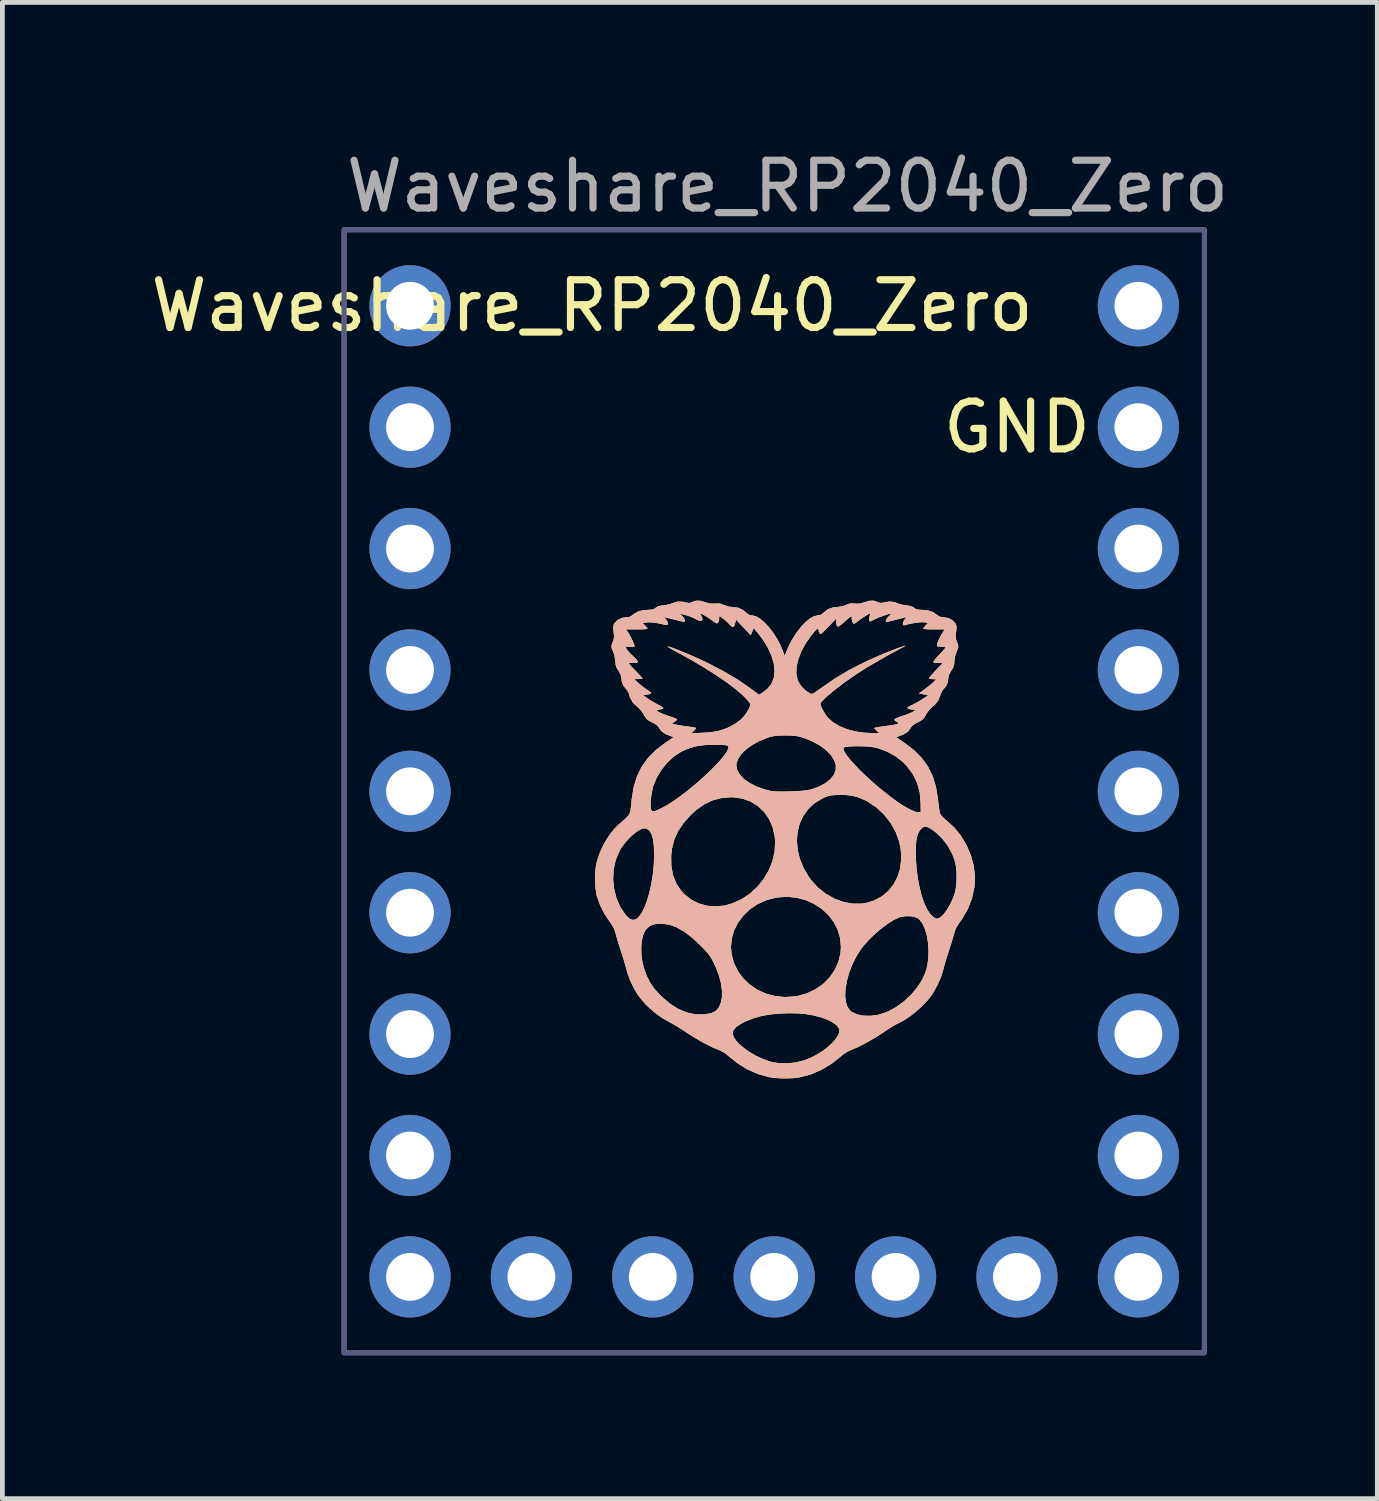
<source format=kicad_pcb>
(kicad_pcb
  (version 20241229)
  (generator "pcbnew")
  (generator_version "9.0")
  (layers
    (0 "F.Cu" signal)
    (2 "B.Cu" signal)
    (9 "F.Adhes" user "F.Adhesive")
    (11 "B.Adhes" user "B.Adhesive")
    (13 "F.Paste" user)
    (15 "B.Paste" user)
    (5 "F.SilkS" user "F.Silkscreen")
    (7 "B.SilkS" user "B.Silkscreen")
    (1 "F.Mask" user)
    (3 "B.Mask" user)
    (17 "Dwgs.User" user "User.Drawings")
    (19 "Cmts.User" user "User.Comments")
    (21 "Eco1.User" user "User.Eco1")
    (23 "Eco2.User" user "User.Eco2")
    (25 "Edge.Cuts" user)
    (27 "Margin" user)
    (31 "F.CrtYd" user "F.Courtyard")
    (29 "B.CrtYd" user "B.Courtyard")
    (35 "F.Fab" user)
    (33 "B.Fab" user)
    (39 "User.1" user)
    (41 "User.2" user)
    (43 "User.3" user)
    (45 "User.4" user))
  (footprint "Waveshare_RP2040_Zero"
    (layer "F.Cu")
    (at 5.529 3.348)
    (property "Reference" "Waveshare_RP2040_Zero" (at 3.81 0 0) (unlocked yes) (layer "F.SilkS") (effects (font (size 1 1) (thickness 0.15))))
    (attr through_hole)
    (fp_poly (pts (xy 9.78 6.197) (xy 9.782 6.198) (xy 9.834 6.217) (xy 9.885 6.215) (xy 9.915 6.207) (xy 10.034 6.187) (xy 10.142 6.202) (xy 10.197 6.223) (xy 10.263 6.246) (xy 10.345 6.263) (xy 10.389 6.269) (xy 10.473 6.281) (xy 10.53 6.306) (xy 10.546 6.319) (xy 10.587 6.347) (xy 10.641 6.359) (xy 10.698 6.362) (xy 10.83 6.373) (xy 10.936 6.406) (xy 11.017 6.46) (xy 11.076 6.501) (xy 11.138 6.517) (xy 11.168 6.518) (xy 11.267 6.535) (xy 11.354 6.583) (xy 11.411 6.644) (xy 11.431 6.688) (xy 11.435 6.743) (xy 11.43 6.797) (xy 11.421 6.874) (xy 11.418 6.925) (xy 11.423 6.966) (xy 11.435 7.008) (xy 11.45 7.046) (xy 11.468 7.098) (xy 11.473 7.135) (xy 11.464 7.175) (xy 11.439 7.231) (xy 11.401 7.35) (xy 11.392 7.436) (xy 11.385 7.512) (xy 11.364 7.574) (xy 11.326 7.635) (xy 11.277 7.726) (xy 11.263 7.795) (xy 11.251 7.889) (xy 11.211 7.968) (xy 11.17 8.015) (xy 11.129 8.069) (xy 11.102 8.13) (xy 11.1 8.14) (xy 11.059 8.25) (xy 10.984 8.347) (xy 10.93 8.392) (xy 10.862 8.457) (xy 10.804 8.542) (xy 10.798 8.553) (xy 10.763 8.614) (xy 10.727 8.655) (xy 10.675 8.69) (xy 10.624 8.716) (xy 10.545 8.76) (xy 10.495 8.804) (xy 10.473 8.838) (xy 10.42 8.908) (xy 10.334 8.966) (xy 10.242 9.003) (xy 10.17 9.025) (xy 10.353 9.15) (xy 10.551 9.302) (xy 10.714 9.468) (xy 10.843 9.65) (xy 10.941 9.852) (xy 11.008 10.077) (xy 11.048 10.327) (xy 11.049 10.338) (xy 11.06 10.435) (xy 11.071 10.523) (xy 11.083 10.591) (xy 11.092 10.627) (xy 11.117 10.666) (xy 11.165 10.717) (xy 11.223 10.767) (xy 11.388 10.916) (xy 11.53 11.092) (xy 11.647 11.288) (xy 11.736 11.497) (xy 11.795 11.714) (xy 11.821 11.934) (xy 11.812 12.15) (xy 11.811 12.159) (xy 11.759 12.4) (xy 11.673 12.624) (xy 11.552 12.831) (xy 11.494 12.91) (xy 11.421 13.027) (xy 11.388 13.125) (xy 11.371 13.188) (xy 11.345 13.277) (xy 11.313 13.381) (xy 11.279 13.487) (xy 11.275 13.499) (xy 11.24 13.608) (xy 11.207 13.717) (xy 11.178 13.815) (xy 11.159 13.889) (xy 11.158 13.894) (xy 11.11 14.046) (xy 11.04 14.207) (xy 10.955 14.363) (xy 10.915 14.425) (xy 10.827 14.538) (xy 10.715 14.655) (xy 10.59 14.768) (xy 10.46 14.87) (xy 10.332 14.955) (xy 10.216 15.015) (xy 10.208 15.018) (xy 10.168 15.038) (xy 10.103 15.076) (xy 10.022 15.127) (xy 9.933 15.185) (xy 9.901 15.207) (xy 9.719 15.323) (xy 9.539 15.426) (xy 9.371 15.512) (xy 9.222 15.575) (xy 9.221 15.575) (xy 9.147 15.61) (xy 9.071 15.66) (xy 9.042 15.684) (xy 8.832 15.853) (xy 8.615 15.985) (xy 8.39 16.082) (xy 8.152 16.145) (xy 8.128 16.149) (xy 8.016 16.162) (xy 7.881 16.167) (xy 7.739 16.165) (xy 7.606 16.155) (xy 7.511 16.14) (xy 7.279 16.075) (xy 7.059 15.979) (xy 6.847 15.847) (xy 6.64 15.679) (xy 6.632 15.672) (xy 6.571 15.627) (xy 6.496 15.587) (xy 6.466 15.574) (xy 6.32 15.513) (xy 6.154 15.429) (xy 5.975 15.327) (xy 5.804 15.218) (xy 6.75 15.218) (xy 6.768 15.29) (xy 6.818 15.37) (xy 6.896 15.454) (xy 6.996 15.538) (xy 7.113 15.62) (xy 7.243 15.694) (xy 7.38 15.758) (xy 7.519 15.809) (xy 7.599 15.83) (xy 7.742 15.849) (xy 7.903 15.85) (xy 8.067 15.832) (xy 8.22 15.797) (xy 8.244 15.79) (xy 8.378 15.737) (xy 8.509 15.67) (xy 8.632 15.593) (xy 8.743 15.509) (xy 8.838 15.422) (xy 8.912 15.336) (xy 8.963 15.255) (xy 8.985 15.182) (xy 8.979 15.131) (xy 8.933 15.062) (xy 8.852 14.998) (xy 8.739 14.94) (xy 8.598 14.889) (xy 8.434 14.848) (xy 8.278 14.821) (xy 8.115 14.807) (xy 7.932 14.803) (xy 7.743 14.81) (xy 7.56 14.827) (xy 7.396 14.853) (xy 7.329 14.868) (xy 7.165 14.917) (xy 7.024 14.973) (xy 6.908 15.033) (xy 6.822 15.095) (xy 6.768 15.158) (xy 6.75 15.218) (xy 5.804 15.218) (xy 5.791 15.21) (xy 5.79 15.209) (xy 5.693 15.146) (xy 5.598 15.087) (xy 5.513 15.036) (xy 5.449 15) (xy 5.436 14.994) (xy 5.264 14.896) (xy 5.094 14.77) (xy 4.936 14.624) (xy 4.803 14.468) (xy 4.764 14.414) (xy 4.68 14.272) (xy 4.605 14.116) (xy 4.549 13.964) (xy 4.53 13.894) (xy 4.511 13.822) (xy 4.483 13.725) (xy 4.45 13.616) (xy 4.415 13.507) (xy 4.412 13.499) (xy 4.386 13.419) (xy 4.839 13.419) (xy 4.842 13.565) (xy 4.86 13.712) (xy 4.894 13.853) (xy 4.894 13.855) (xy 4.952 14.017) (xy 5.019 14.153) (xy 5.103 14.277) (xy 5.212 14.401) (xy 5.252 14.441) (xy 5.427 14.593) (xy 5.607 14.709) (xy 5.789 14.786) (xy 5.973 14.826) (xy 6.158 14.827) (xy 6.303 14.801) (xy 6.391 14.759) (xy 6.457 14.688) (xy 6.502 14.591) (xy 6.526 14.472) (xy 6.527 14.334) (xy 6.507 14.181) (xy 6.464 14.016) (xy 6.399 13.844) (xy 6.364 13.767) (xy 6.325 13.69) (xy 6.288 13.627) (xy 6.246 13.569) (xy 6.194 13.507) (xy 6.124 13.433) (xy 6.109 13.418) (xy 6.716 13.418) (xy 6.729 13.565) (xy 6.78 13.754) (xy 6.863 13.925) (xy 6.975 14.076) (xy 7.112 14.206) (xy 7.271 14.312) (xy 7.448 14.392) (xy 7.64 14.443) (xy 7.842 14.464) (xy 8.051 14.451) (xy 8.111 14.441) (xy 8.118 14.439) (xy 9.106 14.439) (xy 9.122 14.57) (xy 9.147 14.649) (xy 9.181 14.71) (xy 9.221 14.759) (xy 9.238 14.773) (xy 9.348 14.824) (xy 9.482 14.853) (xy 9.632 14.857) (xy 9.789 14.837) (xy 9.815 14.831) (xy 9.991 14.771) (xy 10.165 14.678) (xy 10.332 14.558) (xy 10.484 14.416) (xy 10.617 14.258) (xy 10.723 14.089) (xy 10.787 13.942) (xy 10.825 13.802) (xy 10.845 13.65) (xy 10.85 13.492) (xy 10.839 13.335) (xy 10.815 13.185) (xy 10.778 13.051) (xy 10.728 12.937) (xy 10.667 12.851) (xy 10.633 12.821) (xy 10.565 12.791) (xy 10.475 12.774) (xy 10.374 12.773) (xy 10.277 12.786) (xy 10.231 12.8) (xy 10.119 12.854) (xy 9.992 12.934) (xy 9.858 13.034) (xy 9.725 13.148) (xy 9.6 13.27) (xy 9.49 13.393) (xy 9.433 13.467) (xy 9.337 13.62) (xy 9.255 13.785) (xy 9.189 13.956) (xy 9.142 14.126) (xy 9.114 14.289) (xy 9.106 14.439) (xy 8.118 14.439) (xy 8.307 14.386) (xy 8.485 14.301) (xy 8.644 14.19) (xy 8.778 14.055) (xy 8.885 13.901) (xy 8.962 13.731) (xy 9.007 13.549) (xy 9.016 13.415) (xy 8.998 13.227) (xy 8.945 13.05) (xy 8.861 12.888) (xy 8.749 12.744) (xy 8.614 12.619) (xy 8.457 12.516) (xy 8.284 12.438) (xy 8.096 12.388) (xy 7.898 12.367) (xy 7.694 12.38) (xy 7.648 12.387) (xy 7.452 12.44) (xy 7.273 12.521) (xy 7.114 12.628) (xy 6.978 12.757) (xy 6.867 12.904) (xy 6.785 13.065) (xy 6.733 13.238) (xy 6.716 13.418) (xy 6.109 13.418) (xy 6.057 13.366) (xy 5.886 13.209) (xy 5.725 13.089) (xy 5.569 13.002) (xy 5.418 12.95) (xy 5.268 12.929) (xy 5.195 12.93) (xy 5.092 12.946) (xy 5.013 12.981) (xy 4.948 13.042) (xy 4.919 13.081) (xy 4.878 13.169) (xy 4.851 13.285) (xy 4.839 13.419) (xy 4.386 13.419) (xy 4.378 13.393) (xy 4.346 13.29) (xy 4.319 13.199) (xy 4.302 13.134) (xy 4.3 13.128) (xy 4.27 13.036) (xy 4.217 12.943) (xy 4.174 12.882) (xy 4.065 12.718) (xy 3.976 12.54) (xy 3.913 12.364) (xy 3.904 12.33) (xy 3.883 12.206) (xy 3.873 12.059) (xy 3.873 12.006) (xy 4.251 12.006) (xy 4.272 12.206) (xy 4.322 12.399) (xy 4.4 12.579) (xy 4.506 12.737) (xy 4.527 12.761) (xy 4.597 12.825) (xy 4.663 12.85) (xy 4.726 12.838) (xy 4.781 12.795) (xy 4.846 12.706) (xy 4.908 12.584) (xy 4.963 12.435) (xy 5.012 12.264) (xy 5.052 12.077) (xy 5.083 11.88) (xy 5.102 11.679) (xy 5.107 11.514) (xy 5.465 11.514) (xy 5.469 11.727) (xy 5.505 11.919) (xy 5.574 12.091) (xy 5.677 12.243) (xy 5.733 12.304) (xy 5.876 12.42) (xy 6.037 12.504) (xy 6.212 12.553) (xy 6.397 12.568) (xy 6.588 12.548) (xy 6.736 12.507) (xy 6.931 12.42) (xy 7.109 12.303) (xy 7.265 12.16) (xy 7.398 11.995) (xy 7.505 11.814) (xy 7.583 11.621) (xy 7.629 11.419) (xy 7.64 11.213) (xy 7.638 11.195) (xy 8.096 11.195) (xy 8.112 11.384) (xy 8.158 11.575) (xy 8.236 11.764) (xy 8.344 11.948) (xy 8.399 12.023) (xy 8.54 12.176) (xy 8.701 12.303) (xy 8.876 12.402) (xy 9.061 12.471) (xy 9.25 12.508) (xy 9.437 12.51) (xy 9.547 12.495) (xy 9.724 12.439) (xy 9.879 12.353) (xy 10.012 12.24) (xy 10.12 12.103) (xy 10.202 11.946) (xy 10.255 11.771) (xy 10.278 11.584) (xy 10.274 11.487) (xy 10.583 11.487) (xy 10.585 11.559) (xy 10.6 11.774) (xy 10.626 11.982) (xy 10.664 12.177) (xy 10.71 12.356) (xy 10.765 12.511) (xy 10.826 12.639) (xy 10.892 12.734) (xy 10.901 12.743) (xy 10.964 12.801) (xy 11.017 12.825) (xy 11.067 12.816) (xy 11.125 12.773) (xy 11.16 12.738) (xy 11.233 12.642) (xy 11.304 12.521) (xy 11.364 12.389) (xy 11.408 12.258) (xy 11.409 12.253) (xy 11.427 12.147) (xy 11.436 12.018) (xy 11.436 11.882) (xy 11.427 11.753) (xy 11.409 11.646) (xy 11.409 11.646) (xy 11.347 11.472) (xy 11.254 11.303) (xy 11.136 11.149) (xy 11 11.018) (xy 10.913 10.954) (xy 10.839 10.913) (xy 10.784 10.898) (xy 10.737 10.91) (xy 10.691 10.949) (xy 10.647 11.009) (xy 10.615 11.089) (xy 10.594 11.192) (xy 10.584 11.323) (xy 10.583 11.487) (xy 10.274 11.487) (xy 10.269 11.386) (xy 10.237 11.218) (xy 10.164 11.014) (xy 10.056 10.822) (xy 9.92 10.648) (xy 9.758 10.497) (xy 9.576 10.375) (xy 9.532 10.352) (xy 9.385 10.288) (xy 9.243 10.25) (xy 9.09 10.234) (xy 8.963 10.235) (xy 8.867 10.24) (xy 8.796 10.248) (xy 8.738 10.263) (xy 8.677 10.287) (xy 8.616 10.316) (xy 8.458 10.414) (xy 8.329 10.536) (xy 8.227 10.679) (xy 8.154 10.839) (xy 8.11 11.012) (xy 8.096 11.195) (xy 7.638 11.195) (xy 7.63 11.099) (xy 7.586 10.908) (xy 7.511 10.737) (xy 7.408 10.59) (xy 7.28 10.469) (xy 7.129 10.376) (xy 6.96 10.314) (xy 6.773 10.286) (xy 6.721 10.284) (xy 6.52 10.3) (xy 6.333 10.348) (xy 6.157 10.432) (xy 5.988 10.552) (xy 5.87 10.66) (xy 5.722 10.826) (xy 5.609 10.994) (xy 5.531 11.169) (xy 5.483 11.356) (xy 5.465 11.514) (xy 5.107 11.514) (xy 5.108 11.487) (xy 5.102 11.307) (xy 5.084 11.163) (xy 5.053 11.055) (xy 5.01 10.982) (xy 4.953 10.942) (xy 4.905 10.934) (xy 4.839 10.95) (xy 4.76 10.994) (xy 4.673 11.061) (xy 4.584 11.144) (xy 4.5 11.238) (xy 4.425 11.338) (xy 4.373 11.428) (xy 4.301 11.61) (xy 4.26 11.805) (xy 4.251 12.006) (xy 3.873 12.006) (xy 3.873 11.906) (xy 3.884 11.762) (xy 3.903 11.652) (xy 3.964 11.461) (xy 4.049 11.273) (xy 4.155 11.098) (xy 4.274 10.945) (xy 4.369 10.851) (xy 4.455 10.777) (xy 4.518 10.721) (xy 4.562 10.676) (xy 4.59 10.632) (xy 4.608 10.582) (xy 4.619 10.516) (xy 4.626 10.459) (xy 5.034 10.459) (xy 5.039 10.522) (xy 5.049 10.552) (xy 5.07 10.572) (xy 5.094 10.579) (xy 5.13 10.572) (xy 5.185 10.549) (xy 5.265 10.51) (xy 5.277 10.504) (xy 5.392 10.44) (xy 5.516 10.36) (xy 5.648 10.267) (xy 5.783 10.165) (xy 5.919 10.054) (xy 6.053 9.94) (xy 6.181 9.825) (xy 6.3 9.711) (xy 6.394 9.615) (xy 6.828 9.615) (xy 6.847 9.714) (xy 6.901 9.81) (xy 6.988 9.901) (xy 7.105 9.984) (xy 7.246 10.056) (xy 7.411 10.116) (xy 7.552 10.152) (xy 7.62 10.16) (xy 7.717 10.164) (xy 7.834 10.165) (xy 7.961 10.162) (xy 8.088 10.157) (xy 8.205 10.148) (xy 8.304 10.137) (xy 8.374 10.124) (xy 8.378 10.123) (xy 8.543 10.066) (xy 8.681 9.995) (xy 8.789 9.913) (xy 8.865 9.821) (xy 8.906 9.723) (xy 8.91 9.619) (xy 8.91 9.616) (xy 8.874 9.506) (xy 8.804 9.398) (xy 8.702 9.294) (xy 8.679 9.277) (xy 9.069 9.277) (xy 9.09 9.332) (xy 9.137 9.404) (xy 9.206 9.491) (xy 9.294 9.591) (xy 9.399 9.701) (xy 9.517 9.816) (xy 9.647 9.936) (xy 9.784 10.056) (xy 9.927 10.173) (xy 10.072 10.286) (xy 10.192 10.374) (xy 10.298 10.445) (xy 10.401 10.506) (xy 10.495 10.554) (xy 10.573 10.586) (xy 10.628 10.598) (xy 10.636 10.598) (xy 10.686 10.592) (xy 10.684 10.396) (xy 10.664 10.179) (xy 10.608 9.978) (xy 10.516 9.793) (xy 10.389 9.625) (xy 10.312 9.546) (xy 10.159 9.427) (xy 9.982 9.329) (xy 9.792 9.259) (xy 9.729 9.243) (xy 9.657 9.231) (xy 9.566 9.223) (xy 9.464 9.218) (xy 9.359 9.217) (xy 9.26 9.218) (xy 9.174 9.224) (xy 9.11 9.232) (xy 9.077 9.243) (xy 9.076 9.244) (xy 9.069 9.277) (xy 8.679 9.277) (xy 8.572 9.199) (xy 8.419 9.115) (xy 8.246 9.046) (xy 8.214 9.035) (xy 8.136 9.013) (xy 8.061 9) (xy 7.978 8.993) (xy 7.871 8.991) (xy 7.844 8.991) (xy 7.736 8.993) (xy 7.653 8.998) (xy 7.584 9.01) (xy 7.513 9.029) (xy 7.463 9.046) (xy 7.303 9.111) (xy 7.16 9.19) (xy 7.037 9.278) (xy 6.939 9.373) (xy 6.87 9.47) (xy 6.833 9.567) (xy 6.828 9.615) (xy 6.394 9.615) (xy 6.408 9.601) (xy 6.501 9.499) (xy 6.576 9.407) (xy 6.63 9.328) (xy 6.66 9.266) (xy 6.663 9.222) (xy 6.656 9.21) (xy 6.629 9.199) (xy 6.573 9.192) (xy 6.483 9.187) (xy 6.363 9.186) (xy 6.176 9.192) (xy 6.015 9.212) (xy 5.87 9.249) (xy 5.73 9.305) (xy 5.666 9.337) (xy 5.519 9.433) (xy 5.382 9.56) (xy 5.261 9.71) (xy 5.163 9.873) (xy 5.093 10.043) (xy 5.081 10.085) (xy 5.061 10.179) (xy 5.046 10.279) (xy 5.037 10.375) (xy 5.034 10.459) (xy 4.626 10.459) (xy 4.629 10.428) (xy 4.638 10.328) (xy 4.678 10.077) (xy 4.746 9.853) (xy 4.844 9.651) (xy 4.973 9.468) (xy 5.136 9.302) (xy 5.334 9.15) (xy 5.518 9.025) (xy 5.445 9.003) (xy 5.337 8.957) (xy 5.256 8.897) (xy 5.214 8.838) (xy 5.181 8.791) (xy 5.124 8.748) (xy 5.063 8.716) (xy 4.993 8.679) (xy 4.948 8.643) (xy 4.913 8.597) (xy 4.89 8.553) (xy 4.834 8.467) (xy 4.766 8.398) (xy 4.757 8.392) (xy 4.664 8.304) (xy 4.604 8.2) (xy 4.588 8.14) (xy 4.565 8.081) (xy 4.525 8.023) (xy 4.517 8.015) (xy 4.457 7.938) (xy 4.429 7.855) (xy 4.424 7.795) (xy 4.406 7.715) (xy 4.361 7.635) (xy 4.32 7.568) (xy 4.301 7.506) (xy 4.295 7.436) (xy 4.277 7.313) (xy 4.248 7.231) (xy 4.223 7.174) (xy 4.214 7.134) (xy 4.215 7.13) (xy 4.505 7.13) (xy 4.532 7.183) (xy 4.561 7.222) (xy 4.609 7.275) (xy 4.668 7.331) (xy 4.673 7.336) (xy 4.735 7.396) (xy 4.764 7.438) (xy 4.758 7.464) (xy 4.718 7.474) (xy 4.661 7.472) (xy 4.611 7.471) (xy 4.583 7.478) (xy 4.581 7.482) (xy 4.594 7.502) (xy 4.629 7.543) (xy 4.681 7.598) (xy 4.728 7.646) (xy 4.787 7.707) (xy 4.833 7.757) (xy 4.861 7.791) (xy 4.867 7.802) (xy 4.844 7.807) (xy 4.796 7.81) (xy 4.773 7.811) (xy 4.688 7.812) (xy 4.795 7.906) (xy 4.86 7.961) (xy 4.927 8.012) (xy 4.975 8.045) (xy 5.02 8.075) (xy 5.046 8.098) (xy 5.049 8.103) (xy 5.032 8.118) (xy 4.99 8.131) (xy 4.935 8.138) (xy 4.913 8.139) (xy 4.889 8.142) (xy 4.889 8.152) (xy 4.916 8.176) (xy 4.959 8.207) (xy 5.028 8.252) (xy 5.112 8.302) (xy 5.178 8.339) (xy 5.239 8.372) (xy 5.284 8.4) (xy 5.303 8.417) (xy 5.304 8.418) (xy 5.292 8.43) (xy 5.254 8.442) (xy 5.184 8.456) (xy 5.177 8.457) (xy 5.165 8.468) (xy 5.186 8.488) (xy 5.235 8.514) (xy 5.309 8.546) (xy 5.403 8.58) (xy 5.431 8.589) (xy 5.5 8.612) (xy 5.554 8.633) (xy 5.584 8.648) (xy 5.585 8.649) (xy 5.581 8.668) (xy 5.551 8.695) (xy 5.54 8.702) (xy 5.478 8.74) (xy 5.562 8.762) (xy 5.622 8.775) (xy 5.705 8.789) (xy 5.794 8.801) (xy 5.808 8.802) (xy 5.884 8.812) (xy 5.945 8.822) (xy 5.98 8.831) (xy 5.984 8.833) (xy 5.979 8.853) (xy 5.951 8.885) (xy 5.939 8.896) (xy 5.881 8.946) (xy 6.115 8.935) (xy 6.221 8.928) (xy 6.325 8.917) (xy 6.415 8.904) (xy 6.466 8.893) (xy 6.64 8.833) (xy 6.795 8.753) (xy 6.921 8.659) (xy 6.927 8.654) (xy 6.992 8.583) (xy 7.05 8.504) (xy 7.094 8.427) (xy 7.118 8.362) (xy 7.121 8.34) (xy 7.106 8.309) (xy 7.066 8.258) (xy 7.006 8.194) (xy 6.93 8.122) (xy 6.843 8.046) (xy 6.798 8.009) (xy 6.665 7.908) (xy 6.503 7.795) (xy 6.32 7.674) (xy 6.124 7.552) (xy 5.92 7.431) (xy 5.718 7.318) (xy 5.62 7.265) (xy 5.534 7.219) (xy 5.463 7.179) (xy 5.413 7.149) (xy 5.389 7.132) (xy 5.388 7.13) (xy 5.412 7.131) (xy 5.465 7.147) (xy 5.544 7.176) (xy 5.642 7.214) (xy 5.755 7.261) (xy 5.878 7.313) (xy 6.005 7.369) (xy 6.131 7.427) (xy 6.251 7.485) (xy 6.251 7.485) (xy 6.571 7.652) (xy 6.859 7.823) (xy 7.119 8.002) (xy 7.171 8.04) (xy 7.301 8.139) (xy 7.359 8.105) (xy 7.478 8.016) (xy 7.563 7.908) (xy 7.613 7.782) (xy 7.623 7.694) (xy 8.084 7.694) (xy 8.109 7.822) (xy 8.133 7.877) (xy 8.194 7.967) (xy 8.276 8.049) (xy 8.36 8.105) (xy 8.385 8.117) (xy 8.408 8.12) (xy 8.436 8.112) (xy 8.475 8.089) (xy 8.533 8.048) (xy 8.6 7.999) (xy 8.894 7.797) (xy 9.212 7.609) (xy 9.559 7.433) (xy 9.939 7.267) (xy 10.213 7.161) (xy 10.282 7.137) (xy 10.334 7.12) (xy 10.362 7.113) (xy 10.364 7.114) (xy 10.348 7.127) (xy 10.306 7.151) (xy 10.246 7.182) (xy 10.242 7.184) (xy 10.134 7.241) (xy 10.003 7.312) (xy 9.859 7.394) (xy 9.71 7.48) (xy 9.567 7.565) (xy 9.465 7.628) (xy 9.342 7.708) (xy 9.215 7.794) (xy 9.089 7.884) (xy 8.968 7.975) (xy 8.857 8.062) (xy 8.76 8.143) (xy 8.68 8.214) (xy 8.622 8.272) (xy 8.591 8.313) (xy 8.586 8.328) (xy 8.596 8.368) (xy 8.623 8.429) (xy 8.661 8.498) (xy 8.703 8.565) (xy 8.736 8.609) (xy 8.843 8.709) (xy 8.981 8.793) (xy 9.144 8.86) (xy 9.327 8.908) (xy 9.523 8.934) (xy 9.635 8.939) (xy 9.815 8.941) (xy 9.762 8.888) (xy 9.71 8.835) (xy 9.768 8.821) (xy 9.815 8.812) (xy 9.887 8.801) (xy 9.971 8.79) (xy 9.998 8.787) (xy 10.079 8.775) (xy 10.148 8.763) (xy 10.194 8.751) (xy 10.203 8.748) (xy 10.222 8.733) (xy 10.211 8.719) (xy 10.183 8.705) (xy 10.145 8.681) (xy 10.13 8.659) (xy 10.147 8.644) (xy 10.194 8.622) (xy 10.261 8.597) (xy 10.301 8.584) (xy 10.385 8.555) (xy 10.461 8.525) (xy 10.517 8.499) (xy 10.53 8.491) (xy 10.589 8.452) (xy 10.54 8.452) (xy 10.482 8.447) (xy 10.433 8.435) (xy 10.405 8.419) (xy 10.403 8.414) (xy 10.419 8.399) (xy 10.461 8.375) (xy 10.505 8.353) (xy 10.577 8.316) (xy 10.661 8.269) (xy 10.725 8.229) (xy 10.843 8.152) (xy 10.746 8.131) (xy 10.648 8.11) (xy 10.775 8.019) (xy 10.844 7.968) (xy 10.907 7.916) (xy 10.952 7.875) (xy 10.955 7.872) (xy 11.009 7.815) (xy 10.939 7.813) (xy 10.89 7.809) (xy 10.859 7.801) (xy 10.858 7.8) (xy 10.866 7.782) (xy 10.896 7.743) (xy 10.945 7.688) (xy 10.996 7.634) (xy 11.056 7.571) (xy 11.105 7.519) (xy 11.136 7.484) (xy 11.146 7.472) (xy 11.128 7.469) (xy 11.085 7.47) (xy 11.067 7.472) (xy 11 7.476) (xy 10.961 7.47) (xy 10.952 7.45) (xy 10.972 7.414) (xy 11.021 7.357) (xy 11.065 7.311) (xy 11.123 7.249) (xy 11.169 7.197) (xy 11.198 7.162) (xy 11.204 7.15) (xy 11.187 7.14) (xy 11.142 7.134) (xy 11.111 7.133) (xy 11.056 7.131) (xy 11.029 7.123) (xy 11.024 7.104) (xy 11.025 7.094) (xy 11.042 7.039) (xy 11.074 6.965) (xy 11.114 6.888) (xy 11.146 6.835) (xy 11.189 6.772) (xy 10.962 6.772) (xy 10.873 6.771) (xy 10.801 6.768) (xy 10.752 6.763) (xy 10.735 6.758) (xy 10.748 6.737) (xy 10.778 6.7) (xy 10.787 6.691) (xy 10.838 6.638) (xy 10.765 6.624) (xy 10.711 6.622) (xy 10.632 6.628) (xy 10.542 6.64) (xy 10.454 6.657) (xy 10.381 6.676) (xy 10.359 6.684) (xy 10.326 6.685) (xy 10.312 6.661) (xy 10.318 6.619) (xy 10.343 6.574) (xy 10.386 6.517) (xy 10.331 6.529) (xy 10.285 6.54) (xy 10.216 6.557) (xy 10.138 6.577) (xy 10.134 6.578) (xy 10.063 6.596) (xy 10.006 6.61) (xy 9.975 6.616) (xy 9.973 6.616) (xy 9.954 6.603) (xy 9.959 6.572) (xy 9.986 6.529) (xy 10.017 6.497) (xy 10.052 6.463) (xy 10.068 6.442) (xy 10.068 6.44) (xy 10.03 6.447) (xy 9.968 6.465) (xy 9.892 6.491) (xy 9.815 6.52) (xy 9.748 6.548) (xy 9.704 6.569) (xy 9.654 6.597) (xy 9.627 6.605) (xy 9.613 6.595) (xy 9.608 6.584) (xy 9.606 6.543) (xy 9.617 6.495) (xy 9.627 6.457) (xy 9.624 6.44) (xy 9.624 6.44) (xy 9.599 6.45) (xy 9.552 6.477) (xy 9.493 6.514) (xy 9.432 6.555) (xy 9.38 6.593) (xy 9.361 6.608) (xy 9.321 6.639) (xy 9.294 6.654) (xy 9.291 6.655) (xy 9.271 6.638) (xy 9.252 6.6) (xy 9.241 6.556) (xy 9.243 6.528) (xy 9.246 6.501) (xy 9.225 6.504) (xy 9.179 6.535) (xy 9.11 6.595) (xy 9.088 6.615) (xy 9.018 6.676) (xy 8.97 6.707) (xy 8.939 6.708) (xy 8.923 6.678) (xy 8.918 6.619) (xy 8.918 6.617) (xy 8.917 6.547) (xy 8.752 6.718) (xy 8.683 6.79) (xy 8.635 6.836) (xy 8.604 6.861) (xy 8.584 6.867) (xy 8.572 6.859) (xy 8.567 6.851) (xy 8.551 6.807) (xy 8.547 6.783) (xy 8.542 6.758) (xy 8.525 6.758) (xy 8.494 6.784) (xy 8.446 6.839) (xy 8.398 6.897) (xy 8.281 7.063) (xy 8.189 7.23) (xy 8.126 7.394) (xy 8.09 7.549) (xy 8.084 7.694) (xy 7.623 7.694) (xy 7.628 7.65) (xy 7.612 7.49) (xy 7.562 7.319) (xy 7.482 7.145) (xy 7.375 6.974) (xy 7.302 6.879) (xy 7.192 6.745) (xy 7.161 6.819) (xy 7.13 6.893) (xy 6.821 6.567) (xy 6.807 6.632) (xy 6.787 6.696) (xy 6.763 6.723) (xy 6.731 6.713) (xy 6.696 6.679) (xy 6.653 6.634) (xy 6.6 6.586) (xy 6.547 6.543) (xy 6.502 6.511) (xy 6.476 6.498) (xy 6.468 6.515) (xy 6.47 6.542) (xy 6.465 6.593) (xy 6.451 6.623) (xy 6.434 6.642) (xy 6.416 6.645) (xy 6.387 6.631) (xy 6.338 6.597) (xy 6.318 6.582) (xy 6.248 6.532) (xy 6.179 6.489) (xy 6.121 6.456) (xy 6.083 6.441) (xy 6.077 6.44) (xy 6.079 6.454) (xy 6.097 6.49) (xy 6.1 6.496) (xy 6.12 6.541) (xy 6.116 6.571) (xy 6.108 6.582) (xy 6.09 6.596) (xy 6.065 6.595) (xy 6.022 6.577) (xy 5.982 6.556) (xy 5.901 6.519) (xy 5.81 6.485) (xy 5.765 6.472) (xy 5.65 6.442) (xy 5.702 6.496) (xy 5.736 6.54) (xy 5.753 6.58) (xy 5.753 6.585) (xy 5.752 6.601) (xy 5.745 6.61) (xy 5.725 6.612) (xy 5.685 6.605) (xy 5.619 6.589) (xy 5.548 6.571) (xy 5.474 6.552) (xy 5.407 6.536) (xy 5.372 6.528) (xy 5.313 6.515) (xy 5.359 6.563) (xy 5.385 6.604) (xy 5.396 6.645) (xy 5.39 6.674) (xy 5.371 6.681) (xy 5.344 6.676) (xy 5.29 6.665) (xy 5.218 6.65) (xy 5.196 6.645) (xy 5.088 6.628) (xy 4.996 6.623) (xy 4.955 6.626) (xy 4.869 6.638) (xy 4.92 6.691) (xy 4.954 6.729) (xy 4.971 6.755) (xy 4.971 6.758) (xy 4.953 6.764) (xy 4.904 6.768) (xy 4.83 6.771) (xy 4.745 6.772) (xy 4.519 6.772) (xy 4.56 6.829) (xy 4.592 6.881) (xy 4.628 6.947) (xy 4.661 7.017) (xy 4.686 7.077) (xy 4.698 7.118) (xy 4.698 7.121) (xy 4.688 7.137) (xy 4.653 7.142) (xy 4.601 7.139) (xy 4.505 7.13) (xy 4.215 7.13) (xy 4.219 7.097) (xy 4.238 7.046) (xy 4.257 6.994) (xy 4.267 6.954) (xy 4.269 6.912) (xy 4.264 6.854) (xy 4.257 6.797) (xy 4.252 6.724) (xy 4.261 6.674) (xy 4.276 6.644) (xy 4.344 6.575) (xy 4.433 6.531) (xy 4.52 6.518) (xy 4.59 6.51) (xy 4.647 6.479) (xy 4.67 6.46) (xy 4.758 6.403) (xy 4.866 6.371) (xy 4.99 6.362) (xy 5.063 6.357) (xy 5.112 6.341) (xy 5.141 6.319) (xy 5.19 6.289) (xy 5.264 6.272) (xy 5.299 6.269) (xy 5.378 6.257) (xy 5.456 6.236) (xy 5.491 6.223) (xy 5.598 6.19) (xy 5.711 6.193) (xy 5.772 6.207) (xy 5.831 6.219) (xy 5.879 6.21) (xy 5.905 6.198) (xy 5.985 6.171) (xy 6.073 6.172) (xy 6.177 6.203) (xy 6.18 6.204) (xy 6.27 6.23) (xy 6.363 6.233) (xy 6.382 6.231) (xy 6.46 6.228) (xy 6.522 6.241) (xy 6.569 6.262) (xy 6.673 6.296) (xy 6.751 6.303) (xy 6.871 6.319) (xy 6.973 6.368) (xy 7.034 6.421) (xy 7.088 6.464) (xy 7.148 6.479) (xy 7.161 6.479) (xy 7.237 6.496) (xy 7.322 6.546) (xy 7.414 6.622) (xy 7.506 6.72) (xy 7.596 6.836) (xy 7.679 6.964) (xy 7.751 7.1) (xy 7.797 7.211) (xy 7.841 7.329) (xy 7.865 7.26) (xy 7.927 7.114) (xy 8.002 6.972) (xy 8.087 6.84) (xy 8.179 6.721) (xy 8.273 6.621) (xy 8.365 6.545) (xy 8.452 6.496) (xy 8.528 6.479) (xy 8.591 6.468) (xy 8.646 6.429) (xy 8.654 6.421) (xy 8.746 6.348) (xy 8.854 6.31) (xy 8.937 6.303) (xy 9.049 6.288) (xy 9.118 6.262) (xy 9.182 6.236) (xy 9.246 6.228) (xy 9.305 6.231) (xy 9.401 6.232) (xy 9.49 6.211) (xy 9.507 6.204) (xy 9.612 6.173) (xy 9.7 6.17)) (stroke (width 0) (type solid)) (fill yes) (layer "F.SilkS"))
    (fp_poly (pts (xy 9.78 6.197) (xy 9.782 6.198) (xy 9.834 6.217) (xy 9.885 6.215) (xy 9.915 6.207) (xy 10.034 6.187) (xy 10.142 6.202) (xy 10.197 6.223) (xy 10.263 6.246) (xy 10.345 6.263) (xy 10.389 6.269) (xy 10.473 6.281) (xy 10.53 6.306) (xy 10.546 6.319) (xy 10.587 6.347) (xy 10.641 6.359) (xy 10.698 6.362) (xy 10.83 6.373) (xy 10.936 6.406) (xy 11.017 6.46) (xy 11.076 6.501) (xy 11.138 6.517) (xy 11.168 6.518) (xy 11.267 6.535) (xy 11.354 6.583) (xy 11.411 6.644) (xy 11.431 6.688) (xy 11.435 6.743) (xy 11.43 6.797) (xy 11.421 6.874) (xy 11.418 6.925) (xy 11.423 6.966) (xy 11.435 7.008) (xy 11.45 7.046) (xy 11.468 7.098) (xy 11.473 7.135) (xy 11.464 7.175) (xy 11.439 7.231) (xy 11.401 7.35) (xy 11.392 7.436) (xy 11.385 7.512) (xy 11.364 7.574) (xy 11.326 7.635) (xy 11.277 7.726) (xy 11.263 7.795) (xy 11.251 7.889) (xy 11.211 7.968) (xy 11.17 8.015) (xy 11.129 8.069) (xy 11.102 8.13) (xy 11.1 8.14) (xy 11.059 8.25) (xy 10.984 8.347) (xy 10.93 8.392) (xy 10.862 8.457) (xy 10.804 8.542) (xy 10.798 8.553) (xy 10.763 8.614) (xy 10.727 8.655) (xy 10.675 8.69) (xy 10.624 8.716) (xy 10.545 8.76) (xy 10.495 8.804) (xy 10.473 8.838) (xy 10.42 8.908) (xy 10.334 8.966) (xy 10.242 9.003) (xy 10.17 9.025) (xy 10.353 9.15) (xy 10.551 9.302) (xy 10.714 9.468) (xy 10.843 9.65) (xy 10.941 9.852) (xy 11.008 10.077) (xy 11.048 10.327) (xy 11.049 10.338) (xy 11.06 10.435) (xy 11.071 10.523) (xy 11.083 10.591) (xy 11.092 10.627) (xy 11.117 10.666) (xy 11.165 10.717) (xy 11.223 10.767) (xy 11.388 10.916) (xy 11.53 11.092) (xy 11.647 11.288) (xy 11.736 11.497) (xy 11.795 11.714) (xy 11.821 11.934) (xy 11.812 12.15) (xy 11.811 12.159) (xy 11.759 12.4) (xy 11.673 12.624) (xy 11.552 12.831) (xy 11.494 12.91) (xy 11.421 13.027) (xy 11.388 13.125) (xy 11.371 13.188) (xy 11.345 13.277) (xy 11.313 13.381) (xy 11.279 13.487) (xy 11.275 13.499) (xy 11.24 13.608) (xy 11.207 13.717) (xy 11.178 13.815) (xy 11.159 13.889) (xy 11.158 13.894) (xy 11.11 14.046) (xy 11.04 14.207) (xy 10.955 14.363) (xy 10.915 14.425) (xy 10.827 14.538) (xy 10.715 14.655) (xy 10.59 14.768) (xy 10.46 14.87) (xy 10.332 14.955) (xy 10.216 15.015) (xy 10.208 15.018) (xy 10.168 15.038) (xy 10.103 15.076) (xy 10.022 15.127) (xy 9.933 15.185) (xy 9.901 15.207) (xy 9.719 15.323) (xy 9.539 15.426) (xy 9.371 15.512) (xy 9.222 15.575) (xy 9.221 15.575) (xy 9.147 15.61) (xy 9.071 15.66) (xy 9.042 15.684) (xy 8.832 15.853) (xy 8.615 15.985) (xy 8.39 16.082) (xy 8.152 16.145) (xy 8.128 16.149) (xy 8.016 16.162) (xy 7.881 16.167) (xy 7.739 16.165) (xy 7.606 16.155) (xy 7.511 16.14) (xy 7.279 16.075) (xy 7.059 15.979) (xy 6.847 15.847) (xy 6.64 15.679) (xy 6.632 15.672) (xy 6.571 15.627) (xy 6.496 15.587) (xy 6.466 15.574) (xy 6.32 15.513) (xy 6.154 15.429) (xy 5.975 15.327) (xy 5.804 15.218) (xy 6.75 15.218) (xy 6.768 15.29) (xy 6.818 15.37) (xy 6.896 15.454) (xy 6.996 15.538) (xy 7.113 15.62) (xy 7.243 15.694) (xy 7.38 15.758) (xy 7.519 15.809) (xy 7.599 15.83) (xy 7.742 15.849) (xy 7.903 15.85) (xy 8.067 15.832) (xy 8.22 15.797) (xy 8.244 15.79) (xy 8.378 15.737) (xy 8.509 15.67) (xy 8.632 15.593) (xy 8.743 15.509) (xy 8.838 15.422) (xy 8.912 15.336) (xy 8.963 15.255) (xy 8.985 15.182) (xy 8.979 15.131) (xy 8.933 15.062) (xy 8.852 14.998) (xy 8.739 14.94) (xy 8.598 14.889) (xy 8.434 14.848) (xy 8.278 14.821) (xy 8.115 14.807) (xy 7.932 14.803) (xy 7.743 14.81) (xy 7.56 14.827) (xy 7.396 14.853) (xy 7.329 14.868) (xy 7.165 14.917) (xy 7.024 14.973) (xy 6.908 15.033) (xy 6.822 15.095) (xy 6.768 15.158) (xy 6.75 15.218) (xy 5.804 15.218) (xy 5.791 15.21) (xy 5.79 15.209) (xy 5.693 15.146) (xy 5.598 15.087) (xy 5.513 15.036) (xy 5.449 15) (xy 5.436 14.994) (xy 5.264 14.896) (xy 5.094 14.77) (xy 4.936 14.624) (xy 4.803 14.468) (xy 4.764 14.414) (xy 4.68 14.272) (xy 4.605 14.116) (xy 4.549 13.964) (xy 4.53 13.894) (xy 4.511 13.822) (xy 4.483 13.725) (xy 4.45 13.616) (xy 4.415 13.507) (xy 4.412 13.499) (xy 4.386 13.419) (xy 4.839 13.419) (xy 4.842 13.565) (xy 4.86 13.712) (xy 4.894 13.853) (xy 4.894 13.855) (xy 4.952 14.017) (xy 5.019 14.153) (xy 5.103 14.277) (xy 5.212 14.401) (xy 5.252 14.441) (xy 5.427 14.593) (xy 5.607 14.709) (xy 5.789 14.786) (xy 5.973 14.826) (xy 6.158 14.827) (xy 6.303 14.801) (xy 6.391 14.759) (xy 6.457 14.688) (xy 6.502 14.591) (xy 6.526 14.472) (xy 6.527 14.334) (xy 6.507 14.181) (xy 6.464 14.016) (xy 6.399 13.844) (xy 6.364 13.767) (xy 6.325 13.69) (xy 6.288 13.627) (xy 6.246 13.569) (xy 6.194 13.507) (xy 6.124 13.433) (xy 6.109 13.418) (xy 6.716 13.418) (xy 6.729 13.565) (xy 6.78 13.754) (xy 6.863 13.925) (xy 6.975 14.076) (xy 7.112 14.206) (xy 7.271 14.312) (xy 7.448 14.392) (xy 7.64 14.443) (xy 7.842 14.464) (xy 8.051 14.451) (xy 8.111 14.441) (xy 8.118 14.439) (xy 9.106 14.439) (xy 9.122 14.57) (xy 9.147 14.649) (xy 9.181 14.71) (xy 9.221 14.759) (xy 9.238 14.773) (xy 9.348 14.824) (xy 9.482 14.853) (xy 9.632 14.857) (xy 9.789 14.837) (xy 9.815 14.831) (xy 9.991 14.771) (xy 10.165 14.678) (xy 10.332 14.558) (xy 10.484 14.416) (xy 10.617 14.258) (xy 10.723 14.089) (xy 10.787 13.942) (xy 10.825 13.802) (xy 10.845 13.65) (xy 10.85 13.492) (xy 10.839 13.335) (xy 10.815 13.185) (xy 10.778 13.051) (xy 10.728 12.937) (xy 10.667 12.851) (xy 10.633 12.821) (xy 10.565 12.791) (xy 10.475 12.774) (xy 10.374 12.773) (xy 10.277 12.786) (xy 10.231 12.8) (xy 10.119 12.854) (xy 9.992 12.934) (xy 9.858 13.034) (xy 9.725 13.148) (xy 9.6 13.27) (xy 9.49 13.393) (xy 9.433 13.467) (xy 9.337 13.62) (xy 9.255 13.785) (xy 9.189 13.956) (xy 9.142 14.126) (xy 9.114 14.289) (xy 9.106 14.439) (xy 8.118 14.439) (xy 8.307 14.386) (xy 8.485 14.301) (xy 8.644 14.19) (xy 8.778 14.055) (xy 8.885 13.901) (xy 8.962 13.731) (xy 9.007 13.549) (xy 9.016 13.415) (xy 8.998 13.227) (xy 8.945 13.05) (xy 8.861 12.888) (xy 8.749 12.744) (xy 8.614 12.619) (xy 8.457 12.516) (xy 8.284 12.438) (xy 8.096 12.388) (xy 7.898 12.367) (xy 7.694 12.38) (xy 7.648 12.387) (xy 7.452 12.44) (xy 7.273 12.521) (xy 7.114 12.628) (xy 6.978 12.757) (xy 6.867 12.904) (xy 6.785 13.065) (xy 6.733 13.238) (xy 6.716 13.418) (xy 6.109 13.418) (xy 6.057 13.366) (xy 5.886 13.209) (xy 5.725 13.089) (xy 5.569 13.002) (xy 5.418 12.95) (xy 5.268 12.929) (xy 5.195 12.93) (xy 5.092 12.946) (xy 5.013 12.981) (xy 4.948 13.042) (xy 4.919 13.081) (xy 4.878 13.169) (xy 4.851 13.285) (xy 4.839 13.419) (xy 4.386 13.419) (xy 4.378 13.393) (xy 4.346 13.29) (xy 4.319 13.199) (xy 4.302 13.134) (xy 4.3 13.128) (xy 4.27 13.036) (xy 4.217 12.943) (xy 4.174 12.882) (xy 4.065 12.718) (xy 3.976 12.54) (xy 3.913 12.364) (xy 3.904 12.33) (xy 3.883 12.206) (xy 3.873 12.059) (xy 3.873 12.006) (xy 4.251 12.006) (xy 4.272 12.206) (xy 4.322 12.399) (xy 4.4 12.579) (xy 4.506 12.737) (xy 4.527 12.761) (xy 4.597 12.825) (xy 4.663 12.85) (xy 4.726 12.838) (xy 4.781 12.795) (xy 4.846 12.706) (xy 4.908 12.584) (xy 4.963 12.435) (xy 5.012 12.264) (xy 5.052 12.077) (xy 5.083 11.88) (xy 5.102 11.679) (xy 5.107 11.514) (xy 5.465 11.514) (xy 5.469 11.727) (xy 5.505 11.919) (xy 5.574 12.091) (xy 5.677 12.243) (xy 5.733 12.304) (xy 5.876 12.42) (xy 6.037 12.504) (xy 6.212 12.553) (xy 6.397 12.568) (xy 6.588 12.548) (xy 6.736 12.507) (xy 6.931 12.42) (xy 7.109 12.303) (xy 7.265 12.16) (xy 7.398 11.995) (xy 7.505 11.814) (xy 7.583 11.621) (xy 7.629 11.419) (xy 7.64 11.213) (xy 7.638 11.195) (xy 8.096 11.195) (xy 8.112 11.384) (xy 8.158 11.575) (xy 8.236 11.764) (xy 8.344 11.948) (xy 8.399 12.023) (xy 8.54 12.176) (xy 8.701 12.303) (xy 8.876 12.402) (xy 9.061 12.471) (xy 9.25 12.508) (xy 9.437 12.51) (xy 9.547 12.495) (xy 9.724 12.439) (xy 9.879 12.353) (xy 10.012 12.24) (xy 10.12 12.103) (xy 10.202 11.946) (xy 10.255 11.771) (xy 10.278 11.584) (xy 10.274 11.487) (xy 10.583 11.487) (xy 10.585 11.559) (xy 10.6 11.774) (xy 10.626 11.982) (xy 10.664 12.177) (xy 10.71 12.356) (xy 10.765 12.511) (xy 10.826 12.639) (xy 10.892 12.734) (xy 10.901 12.743) (xy 10.964 12.801) (xy 11.017 12.825) (xy 11.067 12.816) (xy 11.125 12.773) (xy 11.16 12.738) (xy 11.233 12.642) (xy 11.304 12.521) (xy 11.364 12.389) (xy 11.408 12.258) (xy 11.409 12.253) (xy 11.427 12.147) (xy 11.436 12.018) (xy 11.436 11.882) (xy 11.427 11.753) (xy 11.409 11.646) (xy 11.409 11.646) (xy 11.347 11.472) (xy 11.254 11.303) (xy 11.136 11.149) (xy 11 11.018) (xy 10.913 10.954) (xy 10.839 10.913) (xy 10.784 10.898) (xy 10.737 10.91) (xy 10.691 10.949) (xy 10.647 11.009) (xy 10.615 11.089) (xy 10.594 11.192) (xy 10.584 11.323) (xy 10.583 11.487) (xy 10.274 11.487) (xy 10.269 11.386) (xy 10.237 11.218) (xy 10.164 11.014) (xy 10.056 10.822) (xy 9.92 10.648) (xy 9.758 10.497) (xy 9.576 10.375) (xy 9.532 10.352) (xy 9.385 10.288) (xy 9.243 10.25) (xy 9.09 10.234) (xy 8.963 10.235) (xy 8.867 10.24) (xy 8.796 10.248) (xy 8.738 10.263) (xy 8.677 10.287) (xy 8.616 10.316) (xy 8.458 10.414) (xy 8.329 10.536) (xy 8.227 10.679) (xy 8.154 10.839) (xy 8.11 11.012) (xy 8.096 11.195) (xy 7.638 11.195) (xy 7.63 11.099) (xy 7.586 10.908) (xy 7.511 10.737) (xy 7.408 10.59) (xy 7.28 10.469) (xy 7.129 10.376) (xy 6.96 10.314) (xy 6.773 10.286) (xy 6.721 10.284) (xy 6.52 10.3) (xy 6.333 10.348) (xy 6.157 10.432) (xy 5.988 10.552) (xy 5.87 10.66) (xy 5.722 10.826) (xy 5.609 10.994) (xy 5.531 11.169) (xy 5.483 11.356) (xy 5.465 11.514) (xy 5.107 11.514) (xy 5.108 11.487) (xy 5.102 11.307) (xy 5.084 11.163) (xy 5.053 11.055) (xy 5.01 10.982) (xy 4.953 10.942) (xy 4.905 10.934) (xy 4.839 10.95) (xy 4.76 10.994) (xy 4.673 11.061) (xy 4.584 11.144) (xy 4.5 11.238) (xy 4.425 11.338) (xy 4.373 11.428) (xy 4.301 11.61) (xy 4.26 11.805) (xy 4.251 12.006) (xy 3.873 12.006) (xy 3.873 11.906) (xy 3.884 11.762) (xy 3.903 11.652) (xy 3.964 11.461) (xy 4.049 11.273) (xy 4.155 11.098) (xy 4.274 10.945) (xy 4.369 10.851) (xy 4.455 10.777) (xy 4.518 10.721) (xy 4.562 10.676) (xy 4.59 10.632) (xy 4.608 10.582) (xy 4.619 10.516) (xy 4.626 10.459) (xy 5.034 10.459) (xy 5.039 10.522) (xy 5.049 10.552) (xy 5.07 10.572) (xy 5.094 10.579) (xy 5.13 10.572) (xy 5.185 10.549) (xy 5.265 10.51) (xy 5.277 10.504) (xy 5.392 10.44) (xy 5.516 10.36) (xy 5.648 10.267) (xy 5.783 10.165) (xy 5.919 10.054) (xy 6.053 9.94) (xy 6.181 9.825) (xy 6.3 9.711) (xy 6.394 9.615) (xy 6.828 9.615) (xy 6.847 9.714) (xy 6.901 9.81) (xy 6.988 9.901) (xy 7.105 9.984) (xy 7.246 10.056) (xy 7.411 10.116) (xy 7.552 10.152) (xy 7.62 10.16) (xy 7.717 10.164) (xy 7.834 10.165) (xy 7.961 10.162) (xy 8.088 10.157) (xy 8.205 10.148) (xy 8.304 10.137) (xy 8.374 10.124) (xy 8.378 10.123) (xy 8.543 10.066) (xy 8.681 9.995) (xy 8.789 9.913) (xy 8.865 9.821) (xy 8.906 9.723) (xy 8.91 9.619) (xy 8.91 9.616) (xy 8.874 9.506) (xy 8.804 9.398) (xy 8.702 9.294) (xy 8.679 9.277) (xy 9.069 9.277) (xy 9.09 9.332) (xy 9.137 9.404) (xy 9.206 9.491) (xy 9.294 9.591) (xy 9.399 9.701) (xy 9.517 9.816) (xy 9.647 9.936) (xy 9.784 10.056) (xy 9.927 10.173) (xy 10.072 10.286) (xy 10.192 10.374) (xy 10.298 10.445) (xy 10.401 10.506) (xy 10.495 10.554) (xy 10.573 10.586) (xy 10.628 10.598) (xy 10.636 10.598) (xy 10.686 10.592) (xy 10.684 10.396) (xy 10.664 10.179) (xy 10.608 9.978) (xy 10.516 9.793) (xy 10.389 9.625) (xy 10.312 9.546) (xy 10.159 9.427) (xy 9.982 9.329) (xy 9.792 9.259) (xy 9.729 9.243) (xy 9.657 9.231) (xy 9.566 9.223) (xy 9.464 9.218) (xy 9.359 9.217) (xy 9.26 9.218) (xy 9.174 9.224) (xy 9.11 9.232) (xy 9.077 9.243) (xy 9.076 9.244) (xy 9.069 9.277) (xy 8.679 9.277) (xy 8.572 9.199) (xy 8.419 9.115) (xy 8.246 9.046) (xy 8.214 9.035) (xy 8.136 9.013) (xy 8.061 9) (xy 7.978 8.993) (xy 7.871 8.991) (xy 7.844 8.991) (xy 7.736 8.993) (xy 7.653 8.998) (xy 7.584 9.01) (xy 7.513 9.029) (xy 7.463 9.046) (xy 7.303 9.111) (xy 7.16 9.19) (xy 7.037 9.278) (xy 6.939 9.373) (xy 6.87 9.47) (xy 6.833 9.567) (xy 6.828 9.615) (xy 6.394 9.615) (xy 6.408 9.601) (xy 6.501 9.499) (xy 6.576 9.407) (xy 6.63 9.328) (xy 6.66 9.266) (xy 6.663 9.222) (xy 6.656 9.21) (xy 6.629 9.199) (xy 6.573 9.192) (xy 6.483 9.187) (xy 6.363 9.186) (xy 6.176 9.192) (xy 6.015 9.212) (xy 5.87 9.249) (xy 5.73 9.305) (xy 5.666 9.337) (xy 5.519 9.433) (xy 5.382 9.56) (xy 5.261 9.71) (xy 5.163 9.873) (xy 5.093 10.043) (xy 5.081 10.085) (xy 5.061 10.179) (xy 5.046 10.279) (xy 5.037 10.375) (xy 5.034 10.459) (xy 4.626 10.459) (xy 4.629 10.428) (xy 4.638 10.328) (xy 4.678 10.077) (xy 4.746 9.853) (xy 4.844 9.651) (xy 4.973 9.468) (xy 5.136 9.302) (xy 5.334 9.15) (xy 5.518 9.025) (xy 5.445 9.003) (xy 5.337 8.957) (xy 5.256 8.897) (xy 5.214 8.838) (xy 5.181 8.791) (xy 5.124 8.748) (xy 5.063 8.716) (xy 4.993 8.679) (xy 4.948 8.643) (xy 4.913 8.597) (xy 4.89 8.553) (xy 4.834 8.467) (xy 4.766 8.398) (xy 4.757 8.392) (xy 4.664 8.304) (xy 4.604 8.2) (xy 4.588 8.14) (xy 4.565 8.081) (xy 4.525 8.023) (xy 4.517 8.015) (xy 4.457 7.938) (xy 4.429 7.855) (xy 4.424 7.795) (xy 4.406 7.715) (xy 4.361 7.635) (xy 4.32 7.568) (xy 4.301 7.506) (xy 4.295 7.436) (xy 4.277 7.313) (xy 4.248 7.231) (xy 4.223 7.174) (xy 4.214 7.134) (xy 4.215 7.13) (xy 4.505 7.13) (xy 4.532 7.183) (xy 4.561 7.222) (xy 4.609 7.275) (xy 4.668 7.331) (xy 4.673 7.336) (xy 4.735 7.396) (xy 4.764 7.438) (xy 4.758 7.464) (xy 4.718 7.474) (xy 4.661 7.472) (xy 4.611 7.471) (xy 4.583 7.478) (xy 4.581 7.482) (xy 4.594 7.502) (xy 4.629 7.543) (xy 4.681 7.598) (xy 4.728 7.646) (xy 4.787 7.707) (xy 4.833 7.757) (xy 4.861 7.791) (xy 4.867 7.802) (xy 4.844 7.807) (xy 4.796 7.81) (xy 4.773 7.811) (xy 4.688 7.812) (xy 4.795 7.906) (xy 4.86 7.961) (xy 4.927 8.012) (xy 4.975 8.045) (xy 5.02 8.075) (xy 5.046 8.098) (xy 5.049 8.103) (xy 5.032 8.118) (xy 4.99 8.131) (xy 4.935 8.138) (xy 4.913 8.139) (xy 4.889 8.142) (xy 4.889 8.152) (xy 4.916 8.176) (xy 4.959 8.207) (xy 5.028 8.252) (xy 5.112 8.302) (xy 5.178 8.339) (xy 5.239 8.372) (xy 5.284 8.4) (xy 5.303 8.417) (xy 5.304 8.418) (xy 5.292 8.43) (xy 5.254 8.442) (xy 5.184 8.456) (xy 5.177 8.457) (xy 5.165 8.468) (xy 5.186 8.488) (xy 5.235 8.514) (xy 5.309 8.546) (xy 5.403 8.58) (xy 5.431 8.589) (xy 5.5 8.612) (xy 5.554 8.633) (xy 5.584 8.648) (xy 5.585 8.649) (xy 5.581 8.668) (xy 5.551 8.695) (xy 5.54 8.702) (xy 5.478 8.74) (xy 5.562 8.762) (xy 5.622 8.775) (xy 5.705 8.789) (xy 5.794 8.801) (xy 5.808 8.802) (xy 5.884 8.812) (xy 5.945 8.822) (xy 5.98 8.831) (xy 5.984 8.833) (xy 5.979 8.853) (xy 5.951 8.885) (xy 5.939 8.896) (xy 5.881 8.946) (xy 6.115 8.935) (xy 6.221 8.928) (xy 6.325 8.917) (xy 6.415 8.904) (xy 6.466 8.893) (xy 6.64 8.833) (xy 6.795 8.753) (xy 6.921 8.659) (xy 6.927 8.654) (xy 6.992 8.583) (xy 7.05 8.504) (xy 7.094 8.427) (xy 7.118 8.362) (xy 7.121 8.34) (xy 7.106 8.309) (xy 7.066 8.258) (xy 7.006 8.194) (xy 6.93 8.122) (xy 6.843 8.046) (xy 6.798 8.009) (xy 6.665 7.908) (xy 6.503 7.795) (xy 6.32 7.674) (xy 6.124 7.552) (xy 5.92 7.431) (xy 5.718 7.318) (xy 5.62 7.265) (xy 5.534 7.219) (xy 5.463 7.179) (xy 5.413 7.149) (xy 5.389 7.132) (xy 5.388 7.13) (xy 5.412 7.131) (xy 5.465 7.147) (xy 5.544 7.176) (xy 5.642 7.214) (xy 5.755 7.261) (xy 5.878 7.313) (xy 6.005 7.369) (xy 6.131 7.427) (xy 6.251 7.485) (xy 6.251 7.485) (xy 6.571 7.652) (xy 6.859 7.823) (xy 7.119 8.002) (xy 7.171 8.04) (xy 7.301 8.139) (xy 7.359 8.105) (xy 7.478 8.016) (xy 7.563 7.908) (xy 7.613 7.782) (xy 7.623 7.694) (xy 8.084 7.694) (xy 8.109 7.822) (xy 8.133 7.877) (xy 8.194 7.967) (xy 8.276 8.049) (xy 8.36 8.105) (xy 8.385 8.117) (xy 8.408 8.12) (xy 8.436 8.112) (xy 8.475 8.089) (xy 8.533 8.048) (xy 8.6 7.999) (xy 8.894 7.797) (xy 9.212 7.609) (xy 9.559 7.433) (xy 9.939 7.267) (xy 10.213 7.161) (xy 10.282 7.137) (xy 10.334 7.12) (xy 10.362 7.113) (xy 10.364 7.114) (xy 10.348 7.127) (xy 10.306 7.151) (xy 10.246 7.182) (xy 10.242 7.184) (xy 10.134 7.241) (xy 10.003 7.312) (xy 9.859 7.394) (xy 9.71 7.48) (xy 9.567 7.565) (xy 9.465 7.628) (xy 9.342 7.708) (xy 9.215 7.794) (xy 9.089 7.884) (xy 8.968 7.975) (xy 8.857 8.062) (xy 8.76 8.143) (xy 8.68 8.214) (xy 8.622 8.272) (xy 8.591 8.313) (xy 8.586 8.328) (xy 8.596 8.368) (xy 8.623 8.429) (xy 8.661 8.498) (xy 8.703 8.565) (xy 8.736 8.609) (xy 8.843 8.709) (xy 8.981 8.793) (xy 9.144 8.86) (xy 9.327 8.908) (xy 9.523 8.934) (xy 9.635 8.939) (xy 9.815 8.941) (xy 9.762 8.888) (xy 9.71 8.835) (xy 9.768 8.821) (xy 9.815 8.812) (xy 9.887 8.801) (xy 9.971 8.79) (xy 9.998 8.787) (xy 10.079 8.775) (xy 10.148 8.763) (xy 10.194 8.751) (xy 10.203 8.748) (xy 10.222 8.733) (xy 10.211 8.719) (xy 10.183 8.705) (xy 10.145 8.681) (xy 10.13 8.659) (xy 10.147 8.644) (xy 10.194 8.622) (xy 10.261 8.597) (xy 10.301 8.584) (xy 10.385 8.555) (xy 10.461 8.525) (xy 10.517 8.499) (xy 10.53 8.491) (xy 10.589 8.452) (xy 10.54 8.452) (xy 10.482 8.447) (xy 10.433 8.435) (xy 10.405 8.419) (xy 10.403 8.414) (xy 10.419 8.399) (xy 10.461 8.375) (xy 10.505 8.353) (xy 10.577 8.316) (xy 10.661 8.269) (xy 10.725 8.229) (xy 10.843 8.152) (xy 10.746 8.131) (xy 10.648 8.11) (xy 10.775 8.019) (xy 10.844 7.968) (xy 10.907 7.916) (xy 10.952 7.875) (xy 10.955 7.872) (xy 11.009 7.815) (xy 10.939 7.813) (xy 10.89 7.809) (xy 10.859 7.801) (xy 10.858 7.8) (xy 10.866 7.782) (xy 10.896 7.743) (xy 10.945 7.688) (xy 10.996 7.634) (xy 11.056 7.571) (xy 11.105 7.519) (xy 11.136 7.484) (xy 11.146 7.472) (xy 11.128 7.469) (xy 11.085 7.47) (xy 11.067 7.472) (xy 11 7.476) (xy 10.961 7.47) (xy 10.952 7.45) (xy 10.972 7.414) (xy 11.021 7.357) (xy 11.065 7.311) (xy 11.123 7.249) (xy 11.169 7.197) (xy 11.198 7.162) (xy 11.204 7.15) (xy 11.187 7.14) (xy 11.142 7.134) (xy 11.111 7.133) (xy 11.056 7.131) (xy 11.029 7.123) (xy 11.024 7.104) (xy 11.025 7.094) (xy 11.042 7.039) (xy 11.074 6.965) (xy 11.114 6.888) (xy 11.146 6.835) (xy 11.189 6.772) (xy 10.962 6.772) (xy 10.873 6.771) (xy 10.801 6.768) (xy 10.752 6.763) (xy 10.735 6.758) (xy 10.748 6.737) (xy 10.778 6.7) (xy 10.787 6.691) (xy 10.838 6.638) (xy 10.765 6.624) (xy 10.711 6.622) (xy 10.632 6.628) (xy 10.542 6.64) (xy 10.454 6.657) (xy 10.381 6.676) (xy 10.359 6.684) (xy 10.326 6.685) (xy 10.312 6.661) (xy 10.318 6.619) (xy 10.343 6.574) (xy 10.386 6.517) (xy 10.331 6.529) (xy 10.285 6.54) (xy 10.216 6.557) (xy 10.138 6.577) (xy 10.134 6.578) (xy 10.063 6.596) (xy 10.006 6.61) (xy 9.975 6.616) (xy 9.973 6.616) (xy 9.954 6.603) (xy 9.959 6.572) (xy 9.986 6.529) (xy 10.017 6.497) (xy 10.052 6.463) (xy 10.068 6.442) (xy 10.068 6.44) (xy 10.03 6.447) (xy 9.968 6.465) (xy 9.892 6.491) (xy 9.815 6.52) (xy 9.748 6.548) (xy 9.704 6.569) (xy 9.654 6.597) (xy 9.627 6.605) (xy 9.613 6.595) (xy 9.608 6.584) (xy 9.606 6.543) (xy 9.617 6.495) (xy 9.627 6.457) (xy 9.624 6.44) (xy 9.624 6.44) (xy 9.599 6.45) (xy 9.552 6.477) (xy 9.493 6.514) (xy 9.432 6.555) (xy 9.38 6.593) (xy 9.361 6.608) (xy 9.321 6.639) (xy 9.294 6.654) (xy 9.291 6.655) (xy 9.271 6.638) (xy 9.252 6.6) (xy 9.241 6.556) (xy 9.243 6.528) (xy 9.246 6.501) (xy 9.225 6.504) (xy 9.179 6.535) (xy 9.11 6.595) (xy 9.088 6.615) (xy 9.018 6.676) (xy 8.97 6.707) (xy 8.939 6.708) (xy 8.923 6.678) (xy 8.918 6.619) (xy 8.918 6.617) (xy 8.917 6.547) (xy 8.752 6.718) (xy 8.683 6.79) (xy 8.635 6.836) (xy 8.604 6.861) (xy 8.584 6.867) (xy 8.572 6.859) (xy 8.567 6.851) (xy 8.551 6.807) (xy 8.547 6.783) (xy 8.542 6.758) (xy 8.525 6.758) (xy 8.494 6.784) (xy 8.446 6.839) (xy 8.398 6.897) (xy 8.281 7.063) (xy 8.189 7.23) (xy 8.126 7.394) (xy 8.09 7.549) (xy 8.084 7.694) (xy 7.623 7.694) (xy 7.628 7.65) (xy 7.612 7.49) (xy 7.562 7.319) (xy 7.482 7.145) (xy 7.375 6.974) (xy 7.302 6.879) (xy 7.192 6.745) (xy 7.161 6.819) (xy 7.13 6.893) (xy 6.821 6.567) (xy 6.807 6.632) (xy 6.787 6.696) (xy 6.763 6.723) (xy 6.731 6.713) (xy 6.696 6.679) (xy 6.653 6.634) (xy 6.6 6.586) (xy 6.547 6.543) (xy 6.502 6.511) (xy 6.476 6.498) (xy 6.468 6.515) (xy 6.47 6.542) (xy 6.465 6.593) (xy 6.451 6.623) (xy 6.434 6.642) (xy 6.416 6.645) (xy 6.387 6.631) (xy 6.338 6.597) (xy 6.318 6.582) (xy 6.248 6.532) (xy 6.179 6.489) (xy 6.121 6.456) (xy 6.083 6.441) (xy 6.077 6.44) (xy 6.079 6.454) (xy 6.097 6.49) (xy 6.1 6.496) (xy 6.12 6.541) (xy 6.116 6.571) (xy 6.108 6.582) (xy 6.09 6.596) (xy 6.065 6.595) (xy 6.022 6.577) (xy 5.982 6.556) (xy 5.901 6.519) (xy 5.81 6.485) (xy 5.765 6.472) (xy 5.65 6.442) (xy 5.702 6.496) (xy 5.736 6.54) (xy 5.753 6.58) (xy 5.753 6.585) (xy 5.752 6.601) (xy 5.745 6.61) (xy 5.725 6.612) (xy 5.685 6.605) (xy 5.619 6.589) (xy 5.548 6.571) (xy 5.474 6.552) (xy 5.407 6.536) (xy 5.372 6.528) (xy 5.313 6.515) (xy 5.359 6.563) (xy 5.385 6.604) (xy 5.396 6.645) (xy 5.39 6.674) (xy 5.371 6.681) (xy 5.344 6.676) (xy 5.29 6.665) (xy 5.218 6.65) (xy 5.196 6.645) (xy 5.088 6.628) (xy 4.996 6.623) (xy 4.955 6.626) (xy 4.869 6.638) (xy 4.92 6.691) (xy 4.954 6.729) (xy 4.971 6.755) (xy 4.971 6.758) (xy 4.953 6.764) (xy 4.904 6.768) (xy 4.83 6.771) (xy 4.745 6.772) (xy 4.519 6.772) (xy 4.56 6.829) (xy 4.592 6.881) (xy 4.628 6.947) (xy 4.661 7.017) (xy 4.686 7.077) (xy 4.698 7.118) (xy 4.698 7.121) (xy 4.688 7.137) (xy 4.653 7.142) (xy 4.601 7.139) (xy 4.505 7.13) (xy 4.215 7.13) (xy 4.219 7.097) (xy 4.238 7.046) (xy 4.257 6.994) (xy 4.267 6.954) (xy 4.269 6.912) (xy 4.264 6.854) (xy 4.257 6.797) (xy 4.252 6.724) (xy 4.261 6.674) (xy 4.276 6.644) (xy 4.344 6.575) (xy 4.433 6.531) (xy 4.52 6.518) (xy 4.59 6.51) (xy 4.647 6.479) (xy 4.67 6.46) (xy 4.758 6.403) (xy 4.866 6.371) (xy 4.99 6.362) (xy 5.063 6.357) (xy 5.112 6.341) (xy 5.141 6.319) (xy 5.19 6.289) (xy 5.264 6.272) (xy 5.299 6.269) (xy 5.378 6.257) (xy 5.456 6.236) (xy 5.491 6.223) (xy 5.598 6.19) (xy 5.711 6.193) (xy 5.772 6.207) (xy 5.831 6.219) (xy 5.879 6.21) (xy 5.905 6.198) (xy 5.985 6.171) (xy 6.073 6.172) (xy 6.177 6.203) (xy 6.18 6.204) (xy 6.27 6.23) (xy 6.363 6.233) (xy 6.382 6.231) (xy 6.46 6.228) (xy 6.522 6.241) (xy 6.569 6.262) (xy 6.673 6.296) (xy 6.751 6.303) (xy 6.871 6.319) (xy 6.973 6.368) (xy 7.034 6.421) (xy 7.088 6.464) (xy 7.148 6.479) (xy 7.161 6.479) (xy 7.237 6.496) (xy 7.322 6.546) (xy 7.414 6.622) (xy 7.506 6.72) (xy 7.596 6.836) (xy 7.679 6.964) (xy 7.751 7.1) (xy 7.797 7.211) (xy 7.841 7.329) (xy 7.865 7.26) (xy 7.927 7.114) (xy 8.002 6.972) (xy 8.087 6.84) (xy 8.179 6.721) (xy 8.273 6.621) (xy 8.365 6.545) (xy 8.452 6.496) (xy 8.528 6.479) (xy 8.591 6.468) (xy 8.646 6.429) (xy 8.654 6.421) (xy 8.746 6.348) (xy 8.854 6.31) (xy 8.937 6.303) (xy 9.049 6.288) (xy 9.118 6.262) (xy 9.182 6.236) (xy 9.246 6.228) (xy 9.305 6.231) (xy 9.401 6.232) (xy 9.49 6.211) (xy 9.507 6.204) (xy 9.612 6.173) (xy 9.7 6.17)) (stroke (width 0) (type solid)) (fill yes) (layer "B.SilkS"))
    (fp_rect (start -1.38 -1.59) (end 16.62 21.91) (stroke (width 0.1) (type solid)) (fill no) (layer "B.Fab"))
    (fp_rect (start -1.38 -1.59) (end 16.62 21.91) (stroke (width 0.1) (type solid)) (fill no) (layer "F.Fab"))
    (fp_text user "GND" (at 12.7 2.54 0) (unlocked yes) (layer "F.SilkS") (effects (font (size 1 1) (thickness 0.15))))
    (fp_text user "${REFERENCE}" (at 7.9 -2.5 0) (unlocked yes) (layer "F.Fab") (effects (font (size 1 1) (thickness 0.15))))
    (pad "1" thru_hole circle (at 0 0) (size 1.7 1.7) (drill 1) (layers "*.Cu" "*.Mask"))
    (pad "2" thru_hole circle (at 0 2.54) (size 1.7 1.7) (drill 1) (layers "*.Cu" "*.Mask"))
    (pad "3" thru_hole circle (at 0 5.08) (size 1.7 1.7) (drill 1) (layers "*.Cu" "*.Mask"))
    (pad "4" thru_hole circle (at 0 7.62) (size 1.7 1.7) (drill 1) (layers "*.Cu" "*.Mask"))
    (pad "5" thru_hole circle (at 0 10.16) (size 1.7 1.7) (drill 1) (layers "*.Cu" "*.Mask"))
    (pad "6" thru_hole circle (at 0 12.7) (size 1.7 1.7) (drill 1) (layers "*.Cu" "*.Mask"))
    (pad "7" thru_hole circle (at 0 15.24) (size 1.7 1.7) (drill 1) (layers "*.Cu" "*.Mask"))
    (pad "8" thru_hole circle (at 0 17.78) (size 1.7 1.7) (drill 1) (layers "*.Cu" "*.Mask"))
    (pad "9" thru_hole circle (at 0 20.32) (size 1.7 1.7) (drill 1) (layers "*.Cu" "*.Mask"))
    (pad "10" thru_hole circle (at 2.54 20.32) (size 1.7 1.7) (drill 1) (layers "*.Cu" "*.Mask"))
    (pad "11" thru_hole circle (at 5.08 20.32) (size 1.7 1.7) (drill 1) (layers "*.Cu" "*.Mask"))
    (pad "12" thru_hole circle (at 7.62 20.32) (size 1.7 1.7) (drill 1) (layers "*.Cu" "*.Mask"))
    (pad "13" thru_hole circle (at 10.16 20.32) (size 1.7 1.7) (drill 1) (layers "*.Cu" "*.Mask"))
    (pad "14" thru_hole circle (at 12.7 20.32) (size 1.7 1.7) (drill 1) (layers "*.Cu" "*.Mask"))
    (pad "15" thru_hole circle (at 15.24 20.32) (size 1.7 1.7) (drill 1) (layers "*.Cu" "*.Mask"))
    (pad "16" thru_hole circle (at 15.24 17.78) (size 1.7 1.7) (drill 1) (layers "*.Cu" "*.Mask"))
    (pad "17" thru_hole circle (at 15.24 15.24) (size 1.7 1.7) (drill 1) (layers "*.Cu" "*.Mask"))
    (pad "18" thru_hole circle (at 15.24 12.7) (size 1.7 1.7) (drill 1) (layers "*.Cu" "*.Mask"))
    (pad "19" thru_hole circle (at 15.24 10.16) (size 1.7 1.7) (drill 1) (layers "*.Cu" "*.Mask"))
    (pad "20" thru_hole circle (at 15.24 7.62) (size 1.7 1.7) (drill 1) (layers "*.Cu" "*.Mask"))
    (pad "21" thru_hole circle (at 15.24 5.08) (size 1.7 1.7) (drill 1) (layers "*.Cu" "*.Mask"))
    (pad "22" thru_hole circle (at 15.24 2.54) (size 1.7 1.7) (drill 1) (layers "*.Cu" "*.Mask"))
    (pad "23" thru_hole circle (at 15.24 0) (size 1.7 1.7) (drill 1) (layers "*.Cu" "*.Mask")))
  (gr_rect
    (start -3 -3)
    (end 25.769 28.308)
    (stroke (width 0.1) (type default))
    (fill no)
    (layer "Edge.Cuts")))
</source>
